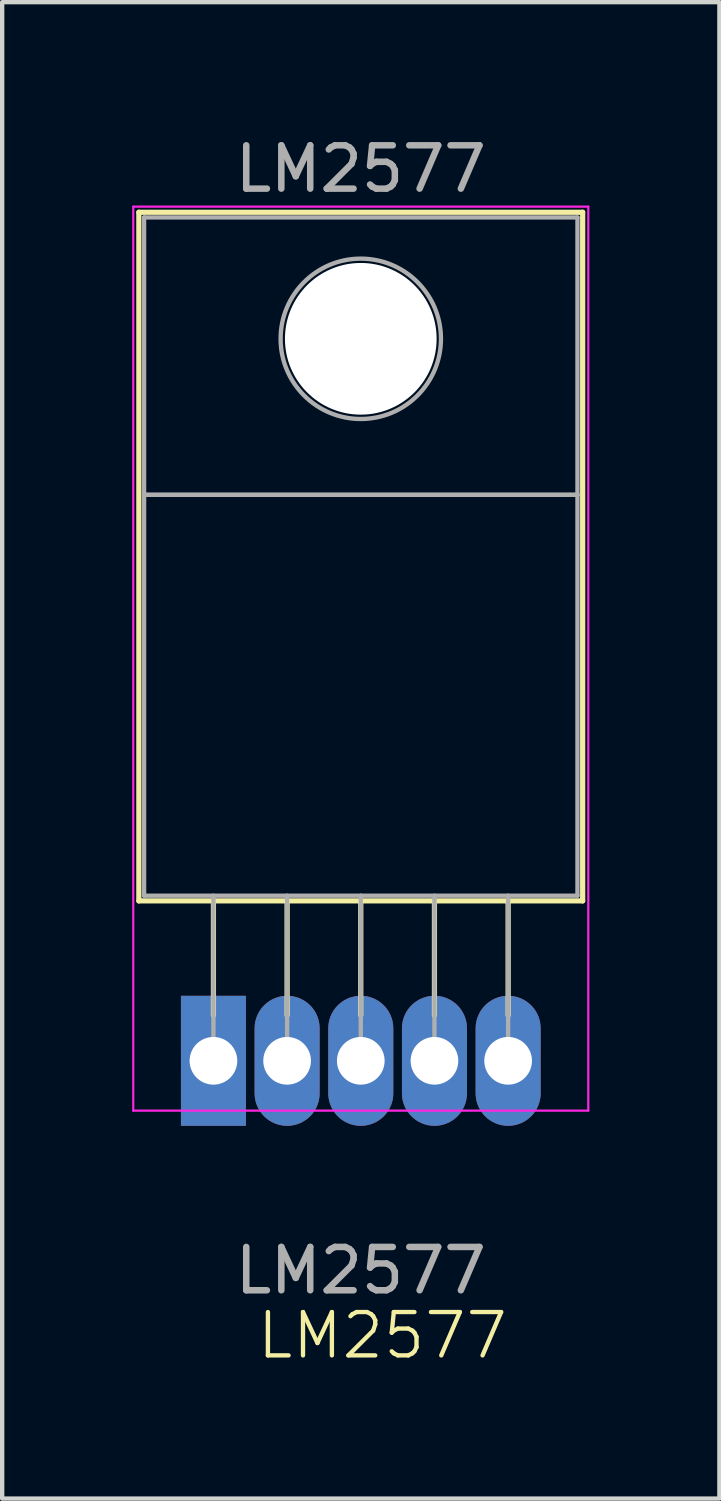
<source format=kicad_pcb>
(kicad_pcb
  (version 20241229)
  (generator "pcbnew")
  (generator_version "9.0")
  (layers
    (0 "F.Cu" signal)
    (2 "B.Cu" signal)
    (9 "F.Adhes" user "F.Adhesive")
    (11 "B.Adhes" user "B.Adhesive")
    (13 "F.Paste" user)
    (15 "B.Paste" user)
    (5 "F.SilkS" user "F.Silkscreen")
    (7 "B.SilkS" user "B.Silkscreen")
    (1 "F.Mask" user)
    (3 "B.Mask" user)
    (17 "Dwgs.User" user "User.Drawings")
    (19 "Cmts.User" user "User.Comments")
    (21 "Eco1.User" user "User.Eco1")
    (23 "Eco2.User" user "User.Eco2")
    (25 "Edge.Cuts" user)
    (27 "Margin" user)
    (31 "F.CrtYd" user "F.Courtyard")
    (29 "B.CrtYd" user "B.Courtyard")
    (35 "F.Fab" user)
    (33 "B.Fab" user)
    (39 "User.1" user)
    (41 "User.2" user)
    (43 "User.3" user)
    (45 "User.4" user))
  (footprint "LM2577"
    (layer "F.Cu")
    (at 5.275 23.768)
    (property "Reference" "LM2577" (at 0.5 4 0) (unlocked yes) (layer "F.SilkS") (effects (font (size 1 1) (thickness 0.1))))
    (attr through_hole)
    (fp_line (start -5.121 -21.92) (end -5.121 -6.03) (stroke (width 0.12) (type solid)) (layer "F.SilkS"))
    (fp_line (start -5.121 -21.92) (end 5.12 -21.92) (stroke (width 0.12) (type solid)) (layer "F.SilkS"))
    (fp_line (start -5.121 -6.03) (end 5.12 -6.03) (stroke (width 0.12) (type solid)) (layer "F.SilkS"))
    (fp_line (start -3.4 -6.03) (end -3.4 -3.39) (stroke (width 0.12) (type solid)) (layer "F.SilkS"))
    (fp_line (start -1.7 -6.03) (end -1.7 -3.39) (stroke (width 0.12) (type solid)) (layer "F.SilkS"))
    (fp_line (start 0 -6.03) (end 0 -3.39) (stroke (width 0.12) (type solid)) (layer "F.SilkS"))
    (fp_line (start 1.7 -6.03) (end 1.7 -3.39) (stroke (width 0.12) (type solid)) (layer "F.SilkS"))
    (fp_line (start 3.4 -6.03) (end 3.4 -3.39) (stroke (width 0.12) (type solid)) (layer "F.SilkS"))
    (fp_line (start 5.12 -21.92) (end 5.12 -6.03) (stroke (width 0.12) (type solid)) (layer "F.SilkS"))
    (fp_line (start -5.25 -22.05) (end -5.25 -1.19) (stroke (width 0.05) (type solid)) (layer "F.CrtYd"))
    (fp_line (start -5.25 -1.19) (end 5.25 -1.19) (stroke (width 0.05) (type solid)) (layer "F.CrtYd"))
    (fp_line (start 5.25 -22.05) (end -5.25 -22.05) (stroke (width 0.05) (type solid)) (layer "F.CrtYd"))
    (fp_line (start 5.25 -1.19) (end 5.25 -22.05) (stroke (width 0.05) (type solid)) (layer "F.CrtYd"))
    (fp_line (start -5 -21.8) (end 5 -21.8) (stroke (width 0.1) (type solid)) (layer "F.Fab"))
    (fp_line (start -5 -15.4) (end -5 -21.8) (stroke (width 0.1) (type solid)) (layer "F.Fab"))
    (fp_line (start -5 -15.4) (end 5 -15.4) (stroke (width 0.1) (type solid)) (layer "F.Fab"))
    (fp_line (start -5 -6.15) (end -5 -15.4) (stroke (width 0.1) (type solid)) (layer "F.Fab"))
    (fp_line (start -3.4 -6.15) (end -3.4 -2.34) (stroke (width 0.1) (type solid)) (layer "F.Fab"))
    (fp_line (start -1.7 -6.15) (end -1.7 -2.34) (stroke (width 0.1) (type solid)) (layer "F.Fab"))
    (fp_line (start 0 -6.15) (end 0 -2.34) (stroke (width 0.1) (type solid)) (layer "F.Fab"))
    (fp_line (start 1.7 -6.15) (end 1.7 -2.34) (stroke (width 0.1) (type solid)) (layer "F.Fab"))
    (fp_line (start 3.4 -6.15) (end 3.4 -2.34) (stroke (width 0.1) (type solid)) (layer "F.Fab"))
    (fp_line (start 5 -21.8) (end 5 -15.4) (stroke (width 0.1) (type solid)) (layer "F.Fab"))
    (fp_line (start 5 -15.4) (end -5 -15.4) (stroke (width 0.1) (type solid)) (layer "F.Fab"))
    (fp_line (start 5 -15.4) (end 5 -6.15) (stroke (width 0.1) (type solid)) (layer "F.Fab"))
    (fp_line (start 5 -6.15) (end -5 -6.15) (stroke (width 0.1) (type solid)) (layer "F.Fab"))
    (fp_circle (center 0 -19) (end 1.85 -19) (stroke (width 0.1) (type solid)) (fill no) (layer "F.Fab"))
    (fp_text user "${REFERENCE}" (at 0 2.5 0) (unlocked yes) (layer "F.Fab") (effects (font (size 1 1) (thickness 0.15))))
    (fp_text user "${REFERENCE}" (at 0 -22.92 0) (layer "F.Fab") (effects (font (size 1 1) (thickness 0.15))))
    (pad "" np_thru_hole oval (at 0 -19) (size 3.5 3.5) (drill 3.5) (layers "*.Cu" "*.Mask"))
    (pad "1" thru_hole rect (at -3.4 -2.34) (size 1.5 3) (drill 1.1) (layers "*.Cu" "*.Mask"))
    (pad "2" thru_hole oval (at -1.7 -2.34) (size 1.5 3) (drill 1.1) (layers "*.Cu" "*.Mask"))
    (pad "3" thru_hole oval (at 0 -2.34) (size 1.5 3) (drill 1.1) (layers "*.Cu" "*.Mask"))
    (pad "4" thru_hole oval (at 1.7 -2.34) (size 1.5 3) (drill 1.1) (layers "*.Cu" "*.Mask"))
    (pad "5" thru_hole oval (at 3.4 -2.34) (size 1.5 3) (drill 1.1) (layers "*.Cu" "*.Mask")))
  (gr_rect
    (start -3 -3)
    (end 13.55 31.529)
    (stroke (width 0.1) (type default))
    (fill no)
    (layer "Edge.Cuts")))
</source>
